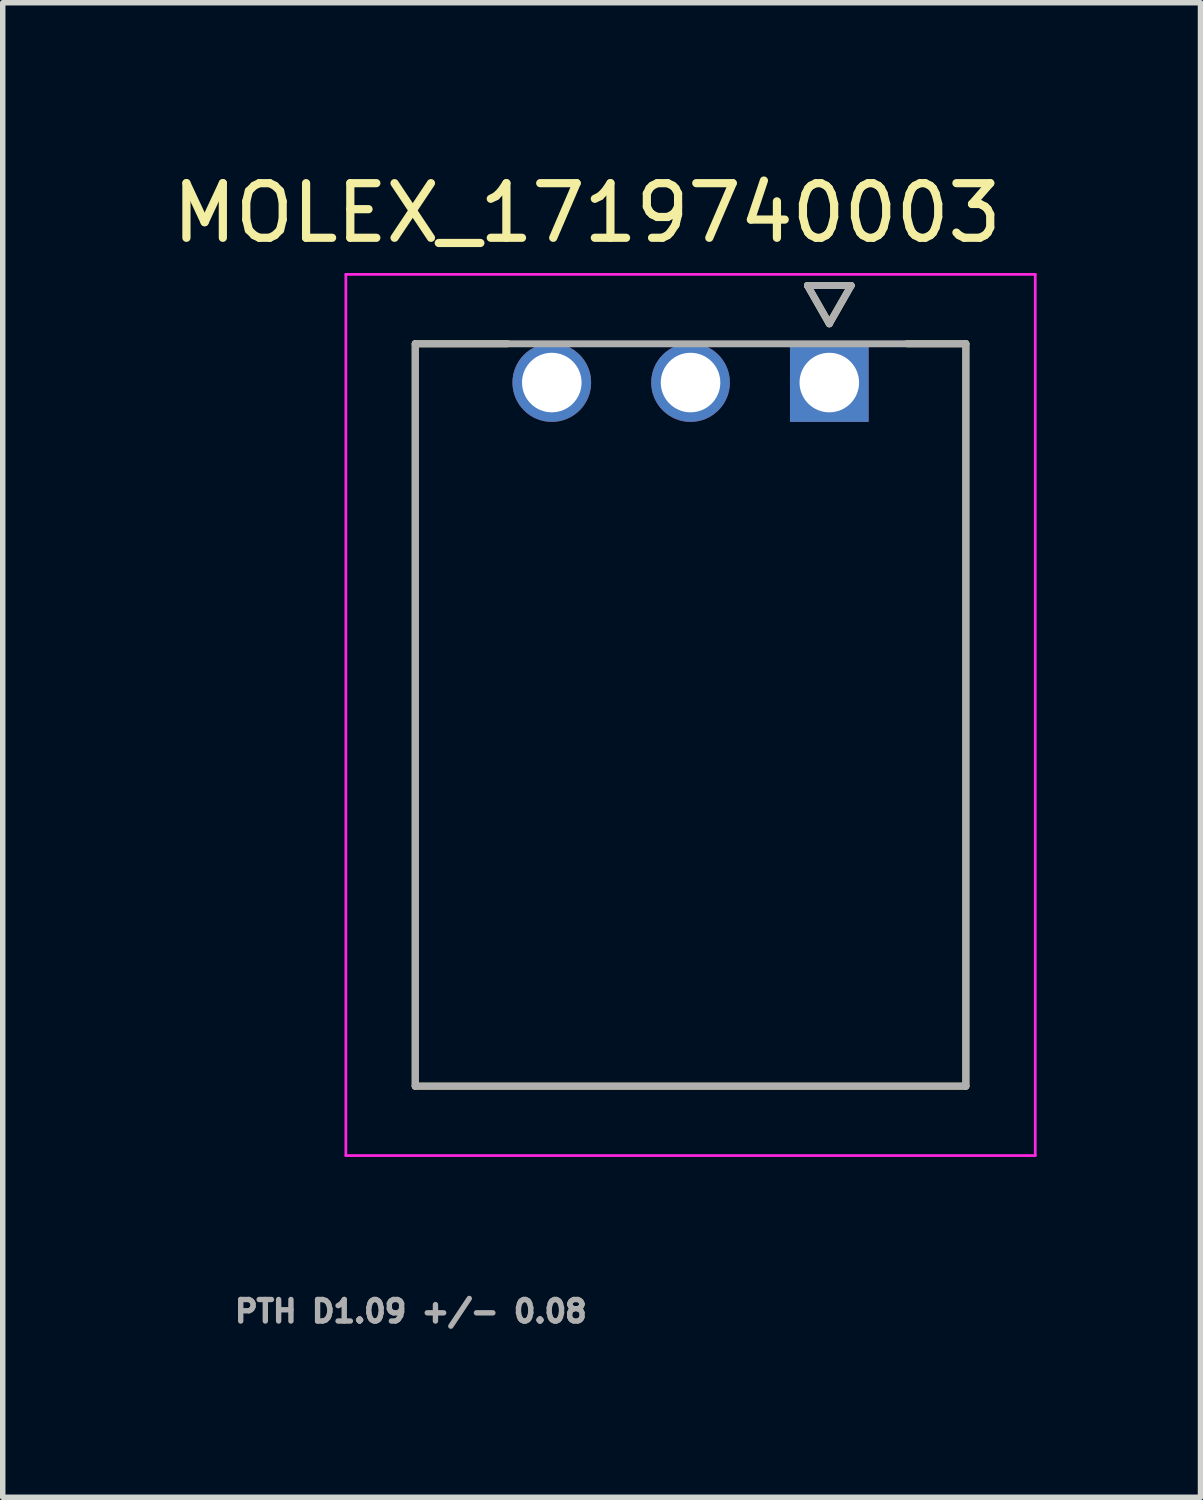
<source format=kicad_pcb>
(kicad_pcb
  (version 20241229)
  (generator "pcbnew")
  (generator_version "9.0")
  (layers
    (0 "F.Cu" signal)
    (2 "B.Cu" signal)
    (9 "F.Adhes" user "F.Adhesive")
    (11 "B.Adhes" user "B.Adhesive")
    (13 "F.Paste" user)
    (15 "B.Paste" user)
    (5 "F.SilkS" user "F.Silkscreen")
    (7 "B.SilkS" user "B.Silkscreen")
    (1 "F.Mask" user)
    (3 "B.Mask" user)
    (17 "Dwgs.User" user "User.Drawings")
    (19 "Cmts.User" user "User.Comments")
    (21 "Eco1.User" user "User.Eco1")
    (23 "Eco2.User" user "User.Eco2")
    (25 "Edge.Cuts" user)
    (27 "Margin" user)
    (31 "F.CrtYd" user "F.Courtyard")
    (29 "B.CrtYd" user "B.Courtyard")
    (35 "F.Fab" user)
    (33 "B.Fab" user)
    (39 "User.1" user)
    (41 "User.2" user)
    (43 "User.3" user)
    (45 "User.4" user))
  (footprint "MOLEX_1719740003"
    (layer "F.Cu")
    (at 12.131 3.953)
    (property "Reference" "MOLEX_1719740003" (at -4.435 -3.105 0) (layer "F.SilkS") (effects (font (size 1 1) (thickness 0.15))))
    (attr through_hole)
    (fp_circle (center -5.08 0) (end -4.682 0) (stroke (width 0.796) (type solid)) (fill no) (layer "F.Mask"))
    (fp_circle (center -2.54 0) (end -2.142 0) (stroke (width 0.796) (type solid)) (fill no) (layer "F.Mask"))
    (fp_poly (pts (xy -0.796 -0.796) (xy 0.796 -0.796) (xy 0.796 0.796) (xy -0.796 0.796)) (stroke (width 0.01) (type solid)) (fill yes) (layer "F.Mask"))
    (fp_circle (center -5.08 0) (end -4.682 0) (stroke (width 0.796) (type solid)) (fill no) (layer "B.Mask"))
    (fp_circle (center -2.54 0) (end -2.142 0) (stroke (width 0.796) (type solid)) (fill no) (layer "B.Mask"))
    (fp_poly (pts (xy -0.796 -0.796) (xy 0.796 -0.796) (xy 0.796 0.796) (xy -0.796 0.796)) (stroke (width 0.01) (type solid)) (fill yes) (layer "B.Mask"))
    (fp_line (start -7.58 -0.71) (end -5.89 -0.71) (stroke (width 0.127) (type solid)) (layer "F.SilkS"))
    (fp_line (start -7.58 12.88) (end -7.58 -0.71) (stroke (width 0.127) (type solid)) (layer "F.SilkS"))
    (fp_line (start -0.4 -1.776) (end 0 -1.076) (stroke (width 0.127) (type solid)) (layer "F.SilkS"))
    (fp_line (start 0 -1.076) (end 0.4 -1.776) (stroke (width 0.127) (type solid)) (layer "F.SilkS"))
    (fp_line (start 0.4 -1.776) (end -0.4 -1.776) (stroke (width 0.127) (type solid)) (layer "F.SilkS"))
    (fp_line (start 1.42 -0.71) (end 2.5 -0.71) (stroke (width 0.127) (type solid)) (layer "F.SilkS"))
    (fp_line (start 2.5 -0.71) (end 2.5 12.88) (stroke (width 0.127) (type solid)) (layer "F.SilkS"))
    (fp_line (start 2.5 12.88) (end -7.58 12.88) (stroke (width 0.127) (type solid)) (layer "F.SilkS"))
    (fp_line (start -8.85 -1.98) (end 3.77 -1.98) (stroke (width 0.05) (type solid)) (layer "F.CrtYd"))
    (fp_line (start -8.85 14.15) (end -8.85 -1.98) (stroke (width 0.05) (type solid)) (layer "F.CrtYd"))
    (fp_line (start -8.85 14.15) (end 3.77 14.15) (stroke (width 0.05) (type solid)) (layer "F.CrtYd"))
    (fp_line (start 3.77 -1.98) (end 3.77 14.15) (stroke (width 0.05) (type solid)) (layer "F.CrtYd"))
    (fp_line (start -7.58 -0.71) (end 2.5 -0.71) (stroke (width 0.127) (type solid)) (layer "F.Fab"))
    (fp_line (start -7.58 12.88) (end -7.58 -0.71) (stroke (width 0.127) (type solid)) (layer "F.Fab"))
    (fp_line (start -0.4 -1.776) (end 0 -1.076) (stroke (width 0.127) (type solid)) (layer "F.Fab"))
    (fp_line (start 0 -1.076) (end 0.4 -1.776) (stroke (width 0.127) (type solid)) (layer "F.Fab"))
    (fp_line (start 0.4 -1.776) (end -0.4 -1.776) (stroke (width 0.127) (type solid)) (layer "F.Fab"))
    (fp_line (start 2.5 -0.71) (end 2.5 12.88) (stroke (width 0.127) (type solid)) (layer "F.Fab"))
    (fp_line (start 2.5 12.88) (end -7.58 12.88) (stroke (width 0.127) (type solid)) (layer "F.Fab"))
    (fp_text user "PTH D1.09 +/- 0.08" (at -7.66 17.002 0) (layer "F.Fab") (effects (font (size 0.394 0.394) (thickness 0.15))))
    (pad "1" thru_hole rect (at 0 0) (size 1.44 1.44) (drill 1.09) (layers "*.Cu"))
    (pad "2" thru_hole circle (at -2.54 0) (size 1.44 1.44) (drill 1.09) (layers "*.Cu"))
    (pad "3" thru_hole circle (at -5.08 0) (size 1.44 1.44) (drill 1.09) (layers "*.Cu")))
  (gr_rect
    (start -3 -3)
    (end 18.926 24.359)
    (stroke (width 0.1) (type default))
    (fill no)
    (layer "Edge.Cuts")))
</source>
